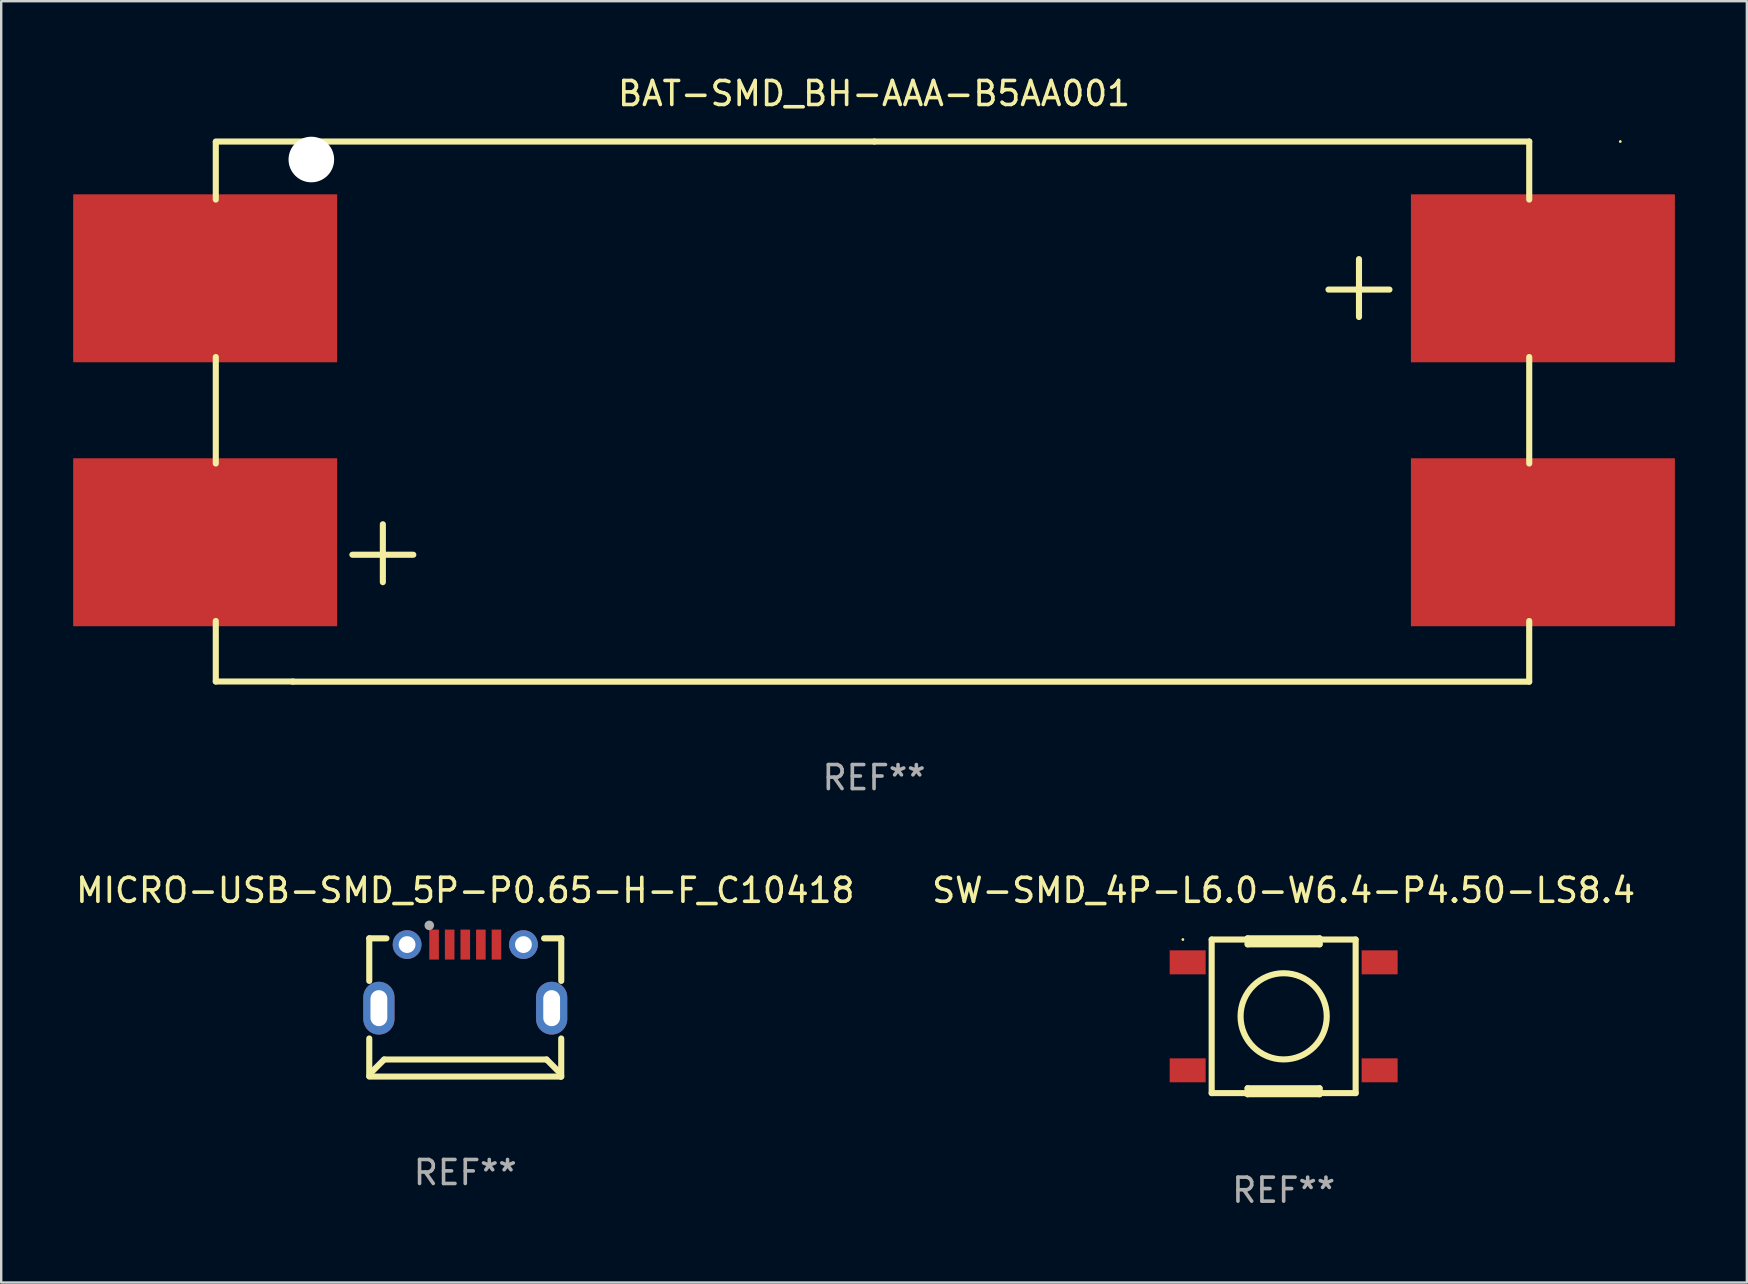
<source format=kicad_pcb>
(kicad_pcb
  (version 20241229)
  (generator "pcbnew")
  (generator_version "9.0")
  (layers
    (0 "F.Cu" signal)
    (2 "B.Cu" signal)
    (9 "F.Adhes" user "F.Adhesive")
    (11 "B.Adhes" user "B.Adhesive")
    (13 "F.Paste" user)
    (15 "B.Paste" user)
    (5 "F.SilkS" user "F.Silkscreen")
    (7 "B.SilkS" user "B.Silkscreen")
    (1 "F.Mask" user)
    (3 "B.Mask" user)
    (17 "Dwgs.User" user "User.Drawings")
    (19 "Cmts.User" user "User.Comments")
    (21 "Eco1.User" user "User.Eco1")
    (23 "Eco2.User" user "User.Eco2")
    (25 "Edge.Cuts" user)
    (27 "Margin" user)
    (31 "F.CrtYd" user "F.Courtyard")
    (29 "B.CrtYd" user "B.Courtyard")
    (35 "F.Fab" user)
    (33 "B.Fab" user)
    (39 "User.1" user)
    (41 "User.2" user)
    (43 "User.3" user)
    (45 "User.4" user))
  (footprint "SW-SMD_4P-L6.0-W6.4-P4.50-LS8.4"
    (layer "F.Cu")
    (at 50.446 39.305)
    (property "Reference" "SW-SMD_4P-L6.0-W6.4-P4.50-LS8.4" (at 0 -5.25 0) (layer "F.SilkS") (effects (font (size 1 1) (thickness 0.15))))
    (attr through_hole)
    (fp_line (start -3 -3.2) (end 3 -3.2) (stroke (width 0.254) (type solid)) (layer "F.SilkS"))
    (fp_line (start -3 3.2) (end -3 -3.2) (stroke (width 0.254) (type solid)) (layer "F.SilkS"))
    (fp_line (start -1.503 2.997) (end 1.497 2.997) (stroke (width 0.254) (type solid)) (layer "F.SilkS"))
    (fp_line (start -1.503 3.247) (end -1.503 2.997) (stroke (width 0.254) (type solid)) (layer "F.SilkS"))
    (fp_line (start -1.501 -3.25) (end 1.499 -3.25) (stroke (width 0.254) (type solid)) (layer "F.SilkS"))
    (fp_line (start -1.501 -3) (end -1.501 -3.25) (stroke (width 0.254) (type solid)) (layer "F.SilkS"))
    (fp_line (start 1.497 2.997) (end 1.497 3.247) (stroke (width 0.254) (type solid)) (layer "F.SilkS"))
    (fp_line (start 1.497 3.247) (end -1.503 3.247) (stroke (width 0.254) (type solid)) (layer "F.SilkS"))
    (fp_line (start 1.499 -3.25) (end 1.499 -3) (stroke (width 0.254) (type solid)) (layer "F.SilkS"))
    (fp_line (start 1.499 -3) (end -1.501 -3) (stroke (width 0.254) (type solid)) (layer "F.SilkS"))
    (fp_line (start 3 -3.2) (end 3 3.2) (stroke (width 0.254) (type solid)) (layer "F.SilkS"))
    (fp_line (start 3 3.2) (end -3 3.2) (stroke (width 0.254) (type solid)) (layer "F.SilkS"))
    (fp_circle (center -4.2 -3.2) (end -4.17 -3.2) (stroke (width 0.06) (type solid)) (fill no) (layer "F.SilkS"))
    (fp_circle (center 0 0) (end 1.796 0) (stroke (width 0.254) (type solid)) (fill no) (layer "F.SilkS"))
    (fp_text user "REF**" (at 0 7.247 0) (layer "F.Fab") (effects (font (size 1 1) (thickness 0.15))))
    (pad "1" smd rect (at -4 -2.25) (size 1.5 1) (layers "F.Cu" "F.Mask" "F.Paste"))
    (pad "2" smd rect (at 4 -2.25) (size 1.5 1) (layers "F.Cu" "F.Mask" "F.Paste"))
    (pad "3" smd rect (at -4 2.25) (size 1.5 1) (layers "F.Cu" "F.Mask" "F.Paste"))
    (pad "4" smd rect (at 4 2.25) (size 1.5 1) (layers "F.Cu" "F.Mask" "F.Paste")))
  (footprint "MICRO-USB-SMD_5P-P0.65-H-F_C10418"
    (layer "F.Cu")
    (at 16.34 37.64)
    (property "Reference" "MICRO-USB-SMD_5P-P0.65-H-F_C10418" (at -0.000241 -3.585 0) (layer "F.SilkS") (effects (font (size 1 1) (thickness 0.15))))
    (attr through_hole)
    (fp_line (start -4.001 -1.585) (end -4.001 0.189) (stroke (width 0.254) (type solid)) (layer "F.SilkS"))
    (fp_line (start -4.001 -1.585) (end -3.285 -1.585) (stroke (width 0.254) (type solid)) (layer "F.SilkS"))
    (fp_line (start -4.001 2.589) (end -4.001 4.155) (stroke (width 0.254) (type solid)) (layer "F.SilkS"))
    (fp_line (start -3.971 4.055) (end -3.381 3.465) (stroke (width 0.254) (type solid)) (layer "F.SilkS"))
    (fp_line (start -3.971 4.155) (end -3.971 4.055) (stroke (width 0.254) (type solid)) (layer "F.SilkS"))
    (fp_line (start 3.285 -1.585) (end 3.999 -1.585) (stroke (width 0.254) (type solid)) (layer "F.SilkS"))
    (fp_line (start 3.389 3.465) (end -3.381 3.465) (stroke (width 0.254) (type solid)) (layer "F.SilkS"))
    (fp_line (start 3.979 4.055) (end 3.389 3.465) (stroke (width 0.254) (type solid)) (layer "F.SilkS"))
    (fp_line (start 3.979 4.175) (end 3.979 4.055) (stroke (width 0.254) (type solid)) (layer "F.SilkS"))
    (fp_line (start 3.999 2.589) (end 3.999 4.175) (stroke (width 0.254) (type solid)) (layer "F.SilkS"))
    (fp_line (start 3.999 4.175) (end -4.001 4.175) (stroke (width 0.254) (type solid)) (layer "F.SilkS"))
    (fp_line (start 4 -1.585) (end 4 0.189) (stroke (width 0.254) (type solid)) (layer "F.SilkS"))
    (fp_circle (center -4 -1.613) (end -3.97 -1.613) (stroke (width 0.06) (type solid)) (fill no) (layer "F.SilkS"))
    (fp_circle (center -1.5 -2.125) (end -1.4 -2.125) (stroke (width 0.2) (type solid)) (fill no) (layer "F.Fab"))
    (fp_text user "REF**" (at -0.000241 8.175 0) (layer "F.Fab") (effects (font (size 1 1) (thickness 0.15))))
    (pad "1" smd rect (at -1.3 -1.325 270) (size 1.25 0.4) (layers "F.Cu" "F.Mask" "F.Paste"))
    (pad "2" smd rect (at -0.65 -1.325 270) (size 1.25 0.4) (layers "F.Cu" "F.Mask" "F.Paste"))
    (pad "3" smd rect (at 0 -1.325 270) (size 1.25 0.4) (layers "F.Cu" "F.Mask" "F.Paste"))
    (pad "4" smd rect (at 0.65 -1.325 270) (size 1.25 0.4) (layers "F.Cu" "F.Mask" "F.Paste"))
    (pad "5" smd rect (at 1.3 -1.325 270) (size 1.25 0.4) (layers "F.Cu" "F.Mask" "F.Paste"))
    (pad "SH0" thru_hole circle (at -2.425 -1.325) (size 1.2 1.2) (drill 0.7) (layers "*.Cu" "*.Mask"))
    (pad "SH1" thru_hole oval (at -3.6 1.325) (size 1.3 2.2) (drill oval 0.7 1.5) (layers "*.Cu" "*.Mask"))
    (pad "SH2" thru_hole oval (at 3.6 1.325) (size 1.3 2.2) (drill oval 0.7 1.5) (layers "*.Cu" "*.Mask"))
    (pad "SH3" thru_hole circle (at 2.425 -1.325) (size 1.2 1.2) (drill 0.7) (layers "*.Cu" "*.Mask")))
  (footprint "BAT-SMD_BH-AAA-B5AA001"
    (layer "F.Cu")
    (at 33.375 14.048)
    (property "Reference" "BAT-SMD_BH-AAA-B5AA001" (at 0 -13.2 0) (layer "F.SilkS") (effects (font (size 1 1) (thickness 0.15))))
    (attr through_hole)
    (fp_line (start -27.432 -8.781) (end -27.432 -11.176) (stroke (width 0.254) (type solid)) (layer "F.SilkS"))
    (fp_line (start -27.432 2.219) (end -27.432 -2.219) (stroke (width 0.254) (type solid)) (layer "F.SilkS"))
    (fp_line (start -27.432 11.303) (end -27.432 8.781) (stroke (width 0.254) (type solid)) (layer "F.SilkS"))
    (fp_line (start -24.21 11.303) (end -27.432 11.303) (stroke (width 0.254) (type solid)) (layer "F.SilkS"))
    (fp_line (start -21.74 6.02) (end -19.2 6.02) (stroke (width 0.254) (type solid)) (layer "F.SilkS"))
    (fp_line (start -20.47 4.75) (end -20.47 7.163) (stroke (width 0.254) (type solid)) (layer "F.SilkS"))
    (fp_line (start 0.016 -11.2) (end -27.432 -11.2) (stroke (width 0.254) (type solid)) (layer "F.SilkS"))
    (fp_line (start 0.016 -11.2) (end 27.305 -11.2) (stroke (width 0.254) (type solid)) (layer "F.SilkS"))
    (fp_line (start 18.94 -5.03) (end 21.48 -5.03) (stroke (width 0.254) (type solid)) (layer "F.SilkS"))
    (fp_line (start 20.21 -6.3) (end 20.21 -3.887) (stroke (width 0.254) (type solid)) (layer "F.SilkS"))
    (fp_line (start 27.304 8.782) (end 27.304 11.31) (stroke (width 0.254) (type solid)) (layer "F.SilkS"))
    (fp_line (start 27.304 11.31) (end -24.24 11.31) (stroke (width 0.254) (type solid)) (layer "F.SilkS"))
    (fp_line (start 27.305 -11.2) (end 27.305 -8.781) (stroke (width 0.254) (type solid)) (layer "F.SilkS"))
    (fp_line (start 27.305 -2.219) (end 27.305 2.219) (stroke (width 0.254) (type solid)) (layer "F.SilkS"))
    (fp_circle (center 31.1 -11.2) (end 31.13 -11.2) (stroke (width 0.06) (type solid)) (fill no) (layer "F.SilkS"))
    (fp_text user "REF**" (at 0 15.31 0) (layer "F.Fab") (effects (font (size 1 1) (thickness 0.15))))
    (pad "" np_thru_hole circle (at -23.45 -10.45) (size 1.9 1.9) (drill 1.9) (layers "*.Cu" "*.Mask"))
    (pad "1" smd rect (at 27.875 -5.5) (size 11 7) (layers "F.Cu" "F.Mask" "F.Paste"))
    (pad "2" smd rect (at -27.875 -5.5) (size 11 7) (layers "F.Cu" "F.Mask" "F.Paste"))
    (pad "3" smd rect (at -27.875 5.5) (size 11 7) (layers "F.Cu" "F.Mask" "F.Paste"))
    (pad "4" smd rect (at 27.875 5.5) (size 11 7) (layers "F.Cu" "F.Mask" "F.Paste")))
  (gr_rect
    (start -3 -3)
    (end 69.75 50.4)
    (stroke (width 0.1) (type default))
    (fill no)
    (layer "Edge.Cuts")))
</source>
